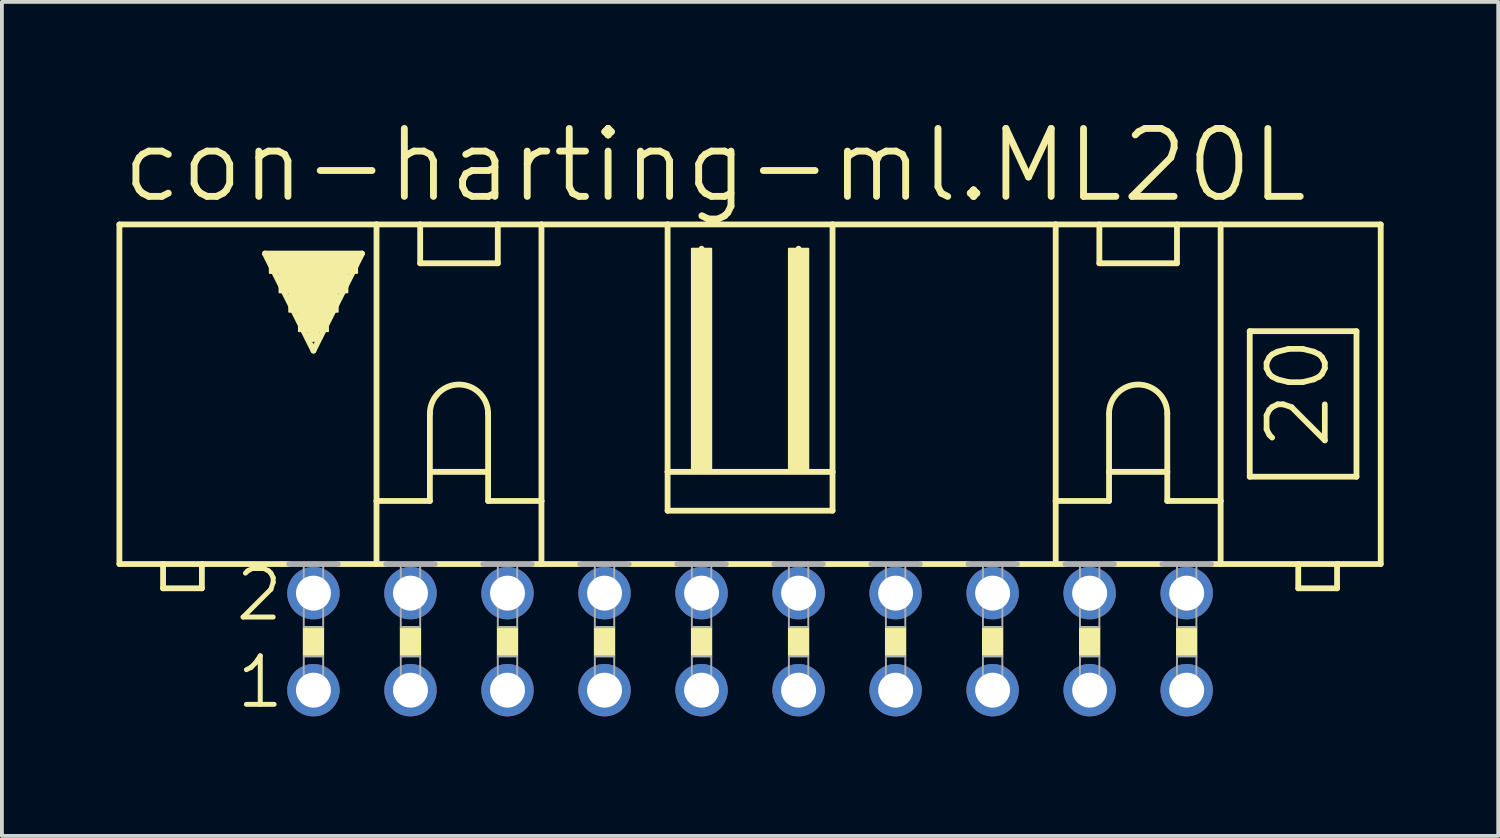
<source format=kicad_pcb>
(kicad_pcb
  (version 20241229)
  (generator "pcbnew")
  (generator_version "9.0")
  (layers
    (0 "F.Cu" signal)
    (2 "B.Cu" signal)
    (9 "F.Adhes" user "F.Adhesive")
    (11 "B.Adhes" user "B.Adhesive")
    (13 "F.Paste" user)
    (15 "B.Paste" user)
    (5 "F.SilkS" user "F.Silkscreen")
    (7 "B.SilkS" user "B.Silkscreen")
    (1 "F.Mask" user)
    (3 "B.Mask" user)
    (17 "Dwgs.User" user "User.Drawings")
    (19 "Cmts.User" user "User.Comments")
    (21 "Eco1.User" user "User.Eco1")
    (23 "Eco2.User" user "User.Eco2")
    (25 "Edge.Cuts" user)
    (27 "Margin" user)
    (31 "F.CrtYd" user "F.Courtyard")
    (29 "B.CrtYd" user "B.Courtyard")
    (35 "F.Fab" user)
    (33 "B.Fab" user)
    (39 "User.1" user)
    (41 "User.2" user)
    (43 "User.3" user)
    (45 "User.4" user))
  (footprint "con-harting-ml.ML20L"
    (layer "F.Cu")
    (at 16.586 13.748)
    (property "Reference" "con-harting-ml.ML20L" (at -16.535 -11.43 0) (layer "F.SilkS") (effects (font (size 1.778 1.778) (thickness 0.18)) (justify left bottom)))
    (attr through_hole)
    (fp_line (start -16.51 -2.032) (end -16.51 -10.922) (stroke (width 0.152) (type default)) (layer "F.SilkS"))
    (fp_line (start -16.51 -2.032) (end -15.367 -2.032) (stroke (width 0.152) (type default)) (layer "F.SilkS"))
    (fp_line (start -15.367 -2.032) (end -15.367 -1.397) (stroke (width 0.152) (type default)) (layer "F.SilkS"))
    (fp_line (start -15.367 -2.032) (end -14.351 -2.032) (stroke (width 0.152) (type default)) (layer "F.SilkS"))
    (fp_line (start -14.351 -2.032) (end -12.065 -2.032) (stroke (width 0.152) (type default)) (layer "F.SilkS"))
    (fp_line (start -14.351 -1.397) (end -15.367 -1.397) (stroke (width 0.152) (type default)) (layer "F.SilkS"))
    (fp_line (start -14.351 -1.397) (end -14.351 -2.032) (stroke (width 0.152) (type default)) (layer "F.SilkS"))
    (fp_line (start -12.7 -10.16) (end -10.16 -10.16) (stroke (width 0.152) (type default)) (layer "F.SilkS"))
    (fp_line (start -11.43 -7.62) (end -12.7 -10.16) (stroke (width 0.152) (type default)) (layer "F.SilkS"))
    (fp_line (start -10.795 -2.032) (end -9.779 -2.032) (stroke (width 0.152) (type default)) (layer "F.SilkS"))
    (fp_line (start -10.16 -10.16) (end -11.43 -7.62) (stroke (width 0.152) (type default)) (layer "F.SilkS"))
    (fp_line (start -9.779 -10.922) (end -16.51 -10.922) (stroke (width 0.152) (type default)) (layer "F.SilkS"))
    (fp_line (start -9.779 -10.922) (end -8.636 -10.922) (stroke (width 0.152) (type default)) (layer "F.SilkS"))
    (fp_line (start -9.779 -3.683) (end -9.779 -10.922) (stroke (width 0.152) (type default)) (layer "F.SilkS"))
    (fp_line (start -9.779 -3.683) (end -9.779 -2.032) (stroke (width 0.152) (type default)) (layer "F.SilkS"))
    (fp_line (start -9.779 -3.683) (end -8.382 -3.683) (stroke (width 0.152) (type default)) (layer "F.SilkS"))
    (fp_line (start -9.779 -2.032) (end -9.525 -2.032) (stroke (width 0.152) (type default)) (layer "F.SilkS"))
    (fp_line (start -8.636 -10.922) (end -6.604 -10.922) (stroke (width 0.152) (type default)) (layer "F.SilkS"))
    (fp_line (start -8.636 -9.906) (end -8.636 -10.922) (stroke (width 0.152) (type default)) (layer "F.SilkS"))
    (fp_line (start -8.636 -9.906) (end -6.604 -9.906) (stroke (width 0.152) (type default)) (layer "F.SilkS"))
    (fp_line (start -8.382 -5.969) (end -8.382 -4.445) (stroke (width 0.152) (type default)) (layer "F.SilkS"))
    (fp_line (start -8.382 -4.445) (end -8.382 -3.683) (stroke (width 0.152) (type default)) (layer "F.SilkS"))
    (fp_line (start -8.382 -4.445) (end -6.858 -4.445) (stroke (width 0.152) (type default)) (layer "F.SilkS"))
    (fp_line (start -8.255 -2.032) (end -6.985 -2.032) (stroke (width 0.152) (type default)) (layer "F.SilkS"))
    (fp_line (start -6.858 -5.969) (end -6.858 -4.445) (stroke (width 0.152) (type default)) (layer "F.SilkS"))
    (fp_line (start -6.858 -4.445) (end -6.858 -3.683) (stroke (width 0.152) (type default)) (layer "F.SilkS"))
    (fp_line (start -6.858 -3.683) (end -5.461 -3.683) (stroke (width 0.152) (type default)) (layer "F.SilkS"))
    (fp_line (start -6.604 -10.922) (end -6.604 -9.906) (stroke (width 0.152) (type default)) (layer "F.SilkS"))
    (fp_line (start -6.604 -10.922) (end -5.461 -10.922) (stroke (width 0.152) (type default)) (layer "F.SilkS"))
    (fp_line (start -5.461 -10.922) (end -2.159 -10.922) (stroke (width 0.152) (type default)) (layer "F.SilkS"))
    (fp_line (start -5.461 -3.683) (end -5.461 -10.922) (stroke (width 0.152) (type default)) (layer "F.SilkS"))
    (fp_line (start -5.461 -3.683) (end -5.461 -2.032) (stroke (width 0.152) (type default)) (layer "F.SilkS"))
    (fp_line (start -5.461 -2.032) (end -5.715 -2.032) (stroke (width 0.152) (type default)) (layer "F.SilkS"))
    (fp_line (start -5.461 -2.032) (end -4.445 -2.032) (stroke (width 0.152) (type default)) (layer "F.SilkS"))
    (fp_line (start -3.175 -2.032) (end -1.905 -2.032) (stroke (width 0.152) (type default)) (layer "F.SilkS"))
    (fp_line (start -2.159 -10.922) (end -2.159 -4.445) (stroke (width 0.152) (type default)) (layer "F.SilkS"))
    (fp_line (start -2.159 -10.922) (end 2.159 -10.922) (stroke (width 0.152) (type default)) (layer "F.SilkS"))
    (fp_line (start -2.159 -4.445) (end -2.159 -3.429) (stroke (width 0.152) (type default)) (layer "F.SilkS"))
    (fp_line (start -1.27 -10.033) (end -1.27 -10.287) (stroke (width 0.152) (type default)) (layer "F.SilkS"))
    (fp_line (start -0.635 -2.032) (end 0.635 -2.032) (stroke (width 0.152) (type default)) (layer "F.SilkS"))
    (fp_line (start 1.27 -10.033) (end 1.27 -10.287) (stroke (width 0.152) (type default)) (layer "F.SilkS"))
    (fp_line (start 1.905 -2.032) (end 3.175 -2.032) (stroke (width 0.152) (type default)) (layer "F.SilkS"))
    (fp_line (start 2.159 -10.922) (end 2.159 -4.445) (stroke (width 0.152) (type default)) (layer "F.SilkS"))
    (fp_line (start 2.159 -10.922) (end 8.001 -10.922) (stroke (width 0.152) (type default)) (layer "F.SilkS"))
    (fp_line (start 2.159 -4.445) (end -2.159 -4.445) (stroke (width 0.152) (type default)) (layer "F.SilkS"))
    (fp_line (start 2.159 -4.445) (end 2.159 -3.429) (stroke (width 0.152) (type default)) (layer "F.SilkS"))
    (fp_line (start 2.159 -3.429) (end -2.159 -3.429) (stroke (width 0.152) (type default)) (layer "F.SilkS"))
    (fp_line (start 4.445 -2.032) (end 5.715 -2.032) (stroke (width 0.152) (type default)) (layer "F.SilkS"))
    (fp_line (start 6.985 -2.032) (end 8.001 -2.032) (stroke (width 0.152) (type default)) (layer "F.SilkS"))
    (fp_line (start 8.001 -10.922) (end 16.51 -10.922) (stroke (width 0.152) (type default)) (layer "F.SilkS"))
    (fp_line (start 8.001 -3.683) (end 8.001 -10.922) (stroke (width 0.152) (type default)) (layer "F.SilkS"))
    (fp_line (start 8.001 -3.683) (end 8.001 -2.032) (stroke (width 0.152) (type default)) (layer "F.SilkS"))
    (fp_line (start 8.001 -3.683) (end 9.398 -3.683) (stroke (width 0.152) (type default)) (layer "F.SilkS"))
    (fp_line (start 8.001 -2.032) (end 8.255 -2.032) (stroke (width 0.152) (type default)) (layer "F.SilkS"))
    (fp_line (start 9.144 -9.906) (end 9.144 -10.922) (stroke (width 0.152) (type default)) (layer "F.SilkS"))
    (fp_line (start 9.144 -9.906) (end 11.176 -9.906) (stroke (width 0.152) (type default)) (layer "F.SilkS"))
    (fp_line (start 9.398 -5.969) (end 9.398 -4.445) (stroke (width 0.152) (type default)) (layer "F.SilkS"))
    (fp_line (start 9.398 -4.445) (end 9.398 -3.683) (stroke (width 0.152) (type default)) (layer "F.SilkS"))
    (fp_line (start 9.398 -4.445) (end 10.922 -4.445) (stroke (width 0.152) (type default)) (layer "F.SilkS"))
    (fp_line (start 9.525 -2.032) (end 10.795 -2.032) (stroke (width 0.152) (type default)) (layer "F.SilkS"))
    (fp_line (start 10.922 -5.969) (end 10.922 -4.445) (stroke (width 0.152) (type default)) (layer "F.SilkS"))
    (fp_line (start 10.922 -4.445) (end 10.922 -3.683) (stroke (width 0.152) (type default)) (layer "F.SilkS"))
    (fp_line (start 10.922 -3.683) (end 12.319 -3.683) (stroke (width 0.152) (type default)) (layer "F.SilkS"))
    (fp_line (start 11.176 -10.922) (end 11.176 -9.906) (stroke (width 0.152) (type default)) (layer "F.SilkS"))
    (fp_line (start 12.319 -3.683) (end 12.319 -10.922) (stroke (width 0.152) (type default)) (layer "F.SilkS"))
    (fp_line (start 12.319 -3.683) (end 12.319 -2.032) (stroke (width 0.152) (type default)) (layer "F.SilkS"))
    (fp_line (start 12.319 -2.032) (end 12.065 -2.032) (stroke (width 0.152) (type default)) (layer "F.SilkS"))
    (fp_line (start 13.081 -8.128) (end 13.081 -4.318) (stroke (width 0.152) (type default)) (layer "F.SilkS"))
    (fp_line (start 13.081 -8.128) (end 15.875 -8.128) (stroke (width 0.152) (type default)) (layer "F.SilkS"))
    (fp_line (start 13.081 -4.318) (end 15.875 -4.318) (stroke (width 0.152) (type default)) (layer "F.SilkS"))
    (fp_line (start 14.351 -2.032) (end 12.319 -2.032) (stroke (width 0.152) (type default)) (layer "F.SilkS"))
    (fp_line (start 14.351 -2.032) (end 14.351 -1.397) (stroke (width 0.152) (type default)) (layer "F.SilkS"))
    (fp_line (start 15.367 -2.032) (end 14.351 -2.032) (stroke (width 0.152) (type default)) (layer "F.SilkS"))
    (fp_line (start 15.367 -1.397) (end 14.351 -1.397) (stroke (width 0.152) (type default)) (layer "F.SilkS"))
    (fp_line (start 15.367 -1.397) (end 15.367 -2.032) (stroke (width 0.152) (type default)) (layer "F.SilkS"))
    (fp_line (start 15.875 -4.318) (end 15.875 -8.128) (stroke (width 0.152) (type default)) (layer "F.SilkS"))
    (fp_line (start 16.51 -2.032) (end 15.367 -2.032) (stroke (width 0.152) (type default)) (layer "F.SilkS"))
    (fp_line (start 16.51 -2.032) (end 16.51 -10.922) (stroke (width 0.152) (type default)) (layer "F.SilkS"))
    (fp_rect (start -12.573 -9.652) (end -10.287 -10.16) (stroke (width 0.05) (type default)) (fill yes) (layer "F.SilkS"))
    (fp_rect (start -12.319 -9.144) (end -10.541 -9.652) (stroke (width 0.05) (type default)) (fill yes) (layer "F.SilkS"))
    (fp_rect (start -12.065 -8.636) (end -10.795 -9.144) (stroke (width 0.05) (type default)) (fill yes) (layer "F.SilkS"))
    (fp_rect (start -11.811 -8.128) (end -11.049 -8.636) (stroke (width 0.05) (type default)) (fill yes) (layer "F.SilkS"))
    (fp_rect (start -11.684 0.381) (end -11.176 -0.381) (stroke (width 0.05) (type default)) (fill yes) (layer "F.SilkS"))
    (fp_rect (start -11.557 -7.874) (end -11.303 -8.128) (stroke (width 0.05) (type default)) (fill yes) (layer "F.SilkS"))
    (fp_rect (start -9.144 0.381) (end -8.636 -0.381) (stroke (width 0.05) (type default)) (fill yes) (layer "F.SilkS"))
    (fp_rect (start -6.604 0.381) (end -6.096 -0.381) (stroke (width 0.05) (type default)) (fill yes) (layer "F.SilkS"))
    (fp_rect (start -4.064 0.381) (end -3.556 -0.381) (stroke (width 0.05) (type default)) (fill yes) (layer "F.SilkS"))
    (fp_rect (start -1.524 -4.445) (end -1.016 -10.287) (stroke (width 0.05) (type default)) (fill yes) (layer "F.SilkS"))
    (fp_rect (start -1.524 0.381) (end -1.016 -0.381) (stroke (width 0.05) (type default)) (fill yes) (layer "F.SilkS"))
    (fp_rect (start 1.016 -4.445) (end 1.524 -10.287) (stroke (width 0.05) (type default)) (fill yes) (layer "F.SilkS"))
    (fp_rect (start 1.016 0.381) (end 1.524 -0.381) (stroke (width 0.05) (type default)) (fill yes) (layer "F.SilkS"))
    (fp_rect (start 3.556 0.381) (end 4.064 -0.381) (stroke (width 0.05) (type default)) (fill yes) (layer "F.SilkS"))
    (fp_rect (start 6.096 0.381) (end 6.604 -0.381) (stroke (width 0.05) (type default)) (fill yes) (layer "F.SilkS"))
    (fp_rect (start 8.636 0.381) (end 9.144 -0.381) (stroke (width 0.05) (type default)) (fill yes) (layer "F.SilkS"))
    (fp_rect (start 11.176 0.381) (end 11.684 -0.381) (stroke (width 0.05) (type default)) (fill yes) (layer "F.SilkS"))
    (fp_arc (start -8.382 -5.969) (mid -7.62 -6.731) (end -6.858 -5.969) (stroke (width 0.1524) (type default)) (layer "F.SilkS"))
    (fp_arc (start 9.398 -5.969) (mid 10.16 -6.731) (end 10.922 -5.969) (stroke (width 0.1524) (type default)) (layer "F.SilkS"))
    (fp_line (start -12.065 -2.032) (end -10.795 -2.032) (stroke (width 0.152) (type default)) (layer "F.Fab"))
    (fp_line (start -9.525 -2.032) (end -8.255 -2.032) (stroke (width 0.152) (type default)) (layer "F.Fab"))
    (fp_line (start -6.985 -2.032) (end -5.715 -2.032) (stroke (width 0.152) (type default)) (layer "F.Fab"))
    (fp_line (start -4.445 -2.032) (end -3.175 -2.032) (stroke (width 0.152) (type default)) (layer "F.Fab"))
    (fp_line (start -0.635 -2.032) (end -1.905 -2.032) (stroke (width 0.152) (type default)) (layer "F.Fab"))
    (fp_line (start 1.905 -2.032) (end 0.635 -2.032) (stroke (width 0.152) (type default)) (layer "F.Fab"))
    (fp_line (start 4.445 -2.032) (end 3.175 -2.032) (stroke (width 0.152) (type default)) (layer "F.Fab"))
    (fp_line (start 6.985 -2.032) (end 5.715 -2.032) (stroke (width 0.152) (type default)) (layer "F.Fab"))
    (fp_line (start 9.525 -2.032) (end 8.255 -2.032) (stroke (width 0.152) (type default)) (layer "F.Fab"))
    (fp_line (start 12.065 -2.032) (end 10.795 -2.032) (stroke (width 0.152) (type default)) (layer "F.Fab"))
    (fp_rect (start -11.684 -0.381) (end -11.176 -2.032) (stroke (width 0.05) (type default)) (fill no) (layer "F.Fab"))
    (fp_rect (start -11.684 1.524) (end -11.176 0.381) (stroke (width 0.05) (type default)) (fill no) (layer "F.Fab"))
    (fp_rect (start -9.144 -0.381) (end -8.636 -2.032) (stroke (width 0.05) (type default)) (fill no) (layer "F.Fab"))
    (fp_rect (start -9.144 1.524) (end -8.636 0.381) (stroke (width 0.05) (type default)) (fill no) (layer "F.Fab"))
    (fp_rect (start -6.604 -0.381) (end -6.096 -2.032) (stroke (width 0.05) (type default)) (fill no) (layer "F.Fab"))
    (fp_rect (start -6.604 1.524) (end -6.096 0.381) (stroke (width 0.05) (type default)) (fill no) (layer "F.Fab"))
    (fp_rect (start -4.064 -0.381) (end -3.556 -2.032) (stroke (width 0.05) (type default)) (fill no) (layer "F.Fab"))
    (fp_rect (start -4.064 1.524) (end -3.556 0.381) (stroke (width 0.05) (type default)) (fill no) (layer "F.Fab"))
    (fp_rect (start -1.524 -0.381) (end -1.016 -2.032) (stroke (width 0.05) (type default)) (fill no) (layer "F.Fab"))
    (fp_rect (start -1.524 1.524) (end -1.016 0.381) (stroke (width 0.05) (type default)) (fill no) (layer "F.Fab"))
    (fp_rect (start 1.016 -0.381) (end 1.524 -2.032) (stroke (width 0.05) (type default)) (fill no) (layer "F.Fab"))
    (fp_rect (start 1.016 1.524) (end 1.524 0.381) (stroke (width 0.05) (type default)) (fill no) (layer "F.Fab"))
    (fp_rect (start 3.556 -0.381) (end 4.064 -2.032) (stroke (width 0.05) (type default)) (fill no) (layer "F.Fab"))
    (fp_rect (start 3.556 1.524) (end 4.064 0.381) (stroke (width 0.05) (type default)) (fill no) (layer "F.Fab"))
    (fp_rect (start 6.096 -0.381) (end 6.604 -2.032) (stroke (width 0.05) (type default)) (fill no) (layer "F.Fab"))
    (fp_rect (start 6.096 1.524) (end 6.604 0.381) (stroke (width 0.05) (type default)) (fill no) (layer "F.Fab"))
    (fp_rect (start 8.636 -0.381) (end 9.144 -2.032) (stroke (width 0.05) (type default)) (fill no) (layer "F.Fab"))
    (fp_rect (start 8.636 1.524) (end 9.144 0.381) (stroke (width 0.05) (type default)) (fill no) (layer "F.Fab"))
    (fp_rect (start 11.176 -0.381) (end 11.684 -2.032) (stroke (width 0.05) (type default)) (fill no) (layer "F.Fab"))
    (fp_rect (start 11.176 1.524) (end 11.684 0.381) (stroke (width 0.05) (type default)) (fill no) (layer "F.Fab"))
    (fp_text user "20" (at 15.24 -4.953 90) (layer "F.SilkS") (effects (font (size 1.524 1.524) (thickness 0.15)) (justify left bottom)))
    (fp_text user "2" (at -13.538 -0.483 0) (layer "F.SilkS") (effects (font (size 1.27 1.27) (thickness 0.13)) (justify left bottom)))
    (fp_text user "1" (at -13.513 1.803 0) (layer "F.SilkS") (effects (font (size 1.27 1.27) (thickness 0.13)) (justify left bottom)))
    (pad "1" thru_hole circle (at -11.43 1.27) (size 1.372 1.372) (drill 0.914) (layers "*.Cu" "*.Mask"))
    (pad "2" thru_hole circle (at -11.43 -1.27) (size 1.372 1.372) (drill 0.914) (layers "*.Cu" "*.Mask"))
    (pad "3" thru_hole circle (at -8.89 1.27) (size 1.372 1.372) (drill 0.914) (layers "*.Cu" "*.Mask"))
    (pad "4" thru_hole circle (at -8.89 -1.27) (size 1.372 1.372) (drill 0.914) (layers "*.Cu" "*.Mask"))
    (pad "5" thru_hole circle (at -6.35 1.27) (size 1.372 1.372) (drill 0.914) (layers "*.Cu" "*.Mask"))
    (pad "6" thru_hole circle (at -6.35 -1.27) (size 1.372 1.372) (drill 0.914) (layers "*.Cu" "*.Mask"))
    (pad "7" thru_hole circle (at -3.81 1.27) (size 1.372 1.372) (drill 0.914) (layers "*.Cu" "*.Mask"))
    (pad "8" thru_hole circle (at -3.81 -1.27) (size 1.372 1.372) (drill 0.914) (layers "*.Cu" "*.Mask"))
    (pad "9" thru_hole circle (at -1.27 1.27) (size 1.372 1.372) (drill 0.914) (layers "*.Cu" "*.Mask"))
    (pad "10" thru_hole circle (at -1.27 -1.27) (size 1.372 1.372) (drill 0.914) (layers "*.Cu" "*.Mask"))
    (pad "11" thru_hole circle (at 1.27 1.27) (size 1.372 1.372) (drill 0.914) (layers "*.Cu" "*.Mask"))
    (pad "12" thru_hole circle (at 1.27 -1.27) (size 1.372 1.372) (drill 0.914) (layers "*.Cu" "*.Mask"))
    (pad "13" thru_hole circle (at 3.81 1.27) (size 1.372 1.372) (drill 0.914) (layers "*.Cu" "*.Mask"))
    (pad "14" thru_hole circle (at 3.81 -1.27) (size 1.372 1.372) (drill 0.914) (layers "*.Cu" "*.Mask"))
    (pad "15" thru_hole circle (at 6.35 1.27) (size 1.372 1.372) (drill 0.914) (layers "*.Cu" "*.Mask"))
    (pad "16" thru_hole circle (at 6.35 -1.27) (size 1.372 1.372) (drill 0.914) (layers "*.Cu" "*.Mask"))
    (pad "17" thru_hole circle (at 8.89 1.27) (size 1.372 1.372) (drill 0.914) (layers "*.Cu" "*.Mask"))
    (pad "18" thru_hole circle (at 8.89 -1.27) (size 1.372 1.372) (drill 0.914) (layers "*.Cu" "*.Mask"))
    (pad "19" thru_hole circle (at 11.43 1.27) (size 1.372 1.372) (drill 0.914) (layers "*.Cu" "*.Mask"))
    (pad "20" thru_hole circle (at 11.43 -1.27) (size 1.372 1.372) (drill 0.914) (layers "*.Cu" "*.Mask")))
  (gr_rect
    (start -3 -3)
    (end 36.172 18.834)
    (stroke (width 0.1) (type default))
    (fill no)
    (layer "Edge.Cuts")))
</source>
